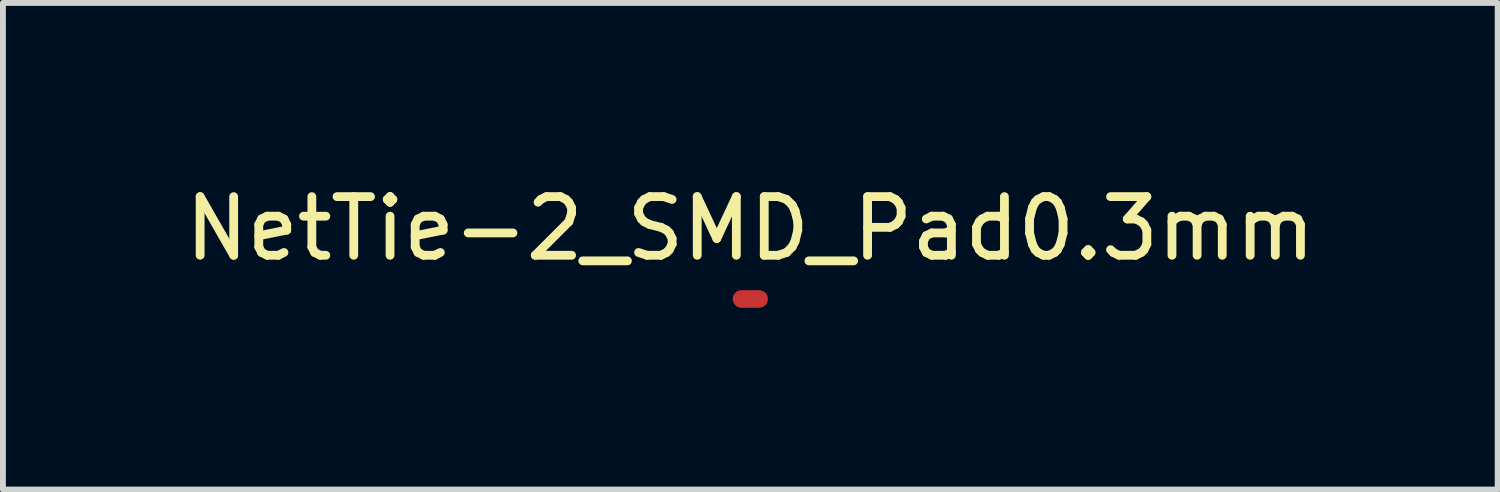
<source format=kicad_pcb>
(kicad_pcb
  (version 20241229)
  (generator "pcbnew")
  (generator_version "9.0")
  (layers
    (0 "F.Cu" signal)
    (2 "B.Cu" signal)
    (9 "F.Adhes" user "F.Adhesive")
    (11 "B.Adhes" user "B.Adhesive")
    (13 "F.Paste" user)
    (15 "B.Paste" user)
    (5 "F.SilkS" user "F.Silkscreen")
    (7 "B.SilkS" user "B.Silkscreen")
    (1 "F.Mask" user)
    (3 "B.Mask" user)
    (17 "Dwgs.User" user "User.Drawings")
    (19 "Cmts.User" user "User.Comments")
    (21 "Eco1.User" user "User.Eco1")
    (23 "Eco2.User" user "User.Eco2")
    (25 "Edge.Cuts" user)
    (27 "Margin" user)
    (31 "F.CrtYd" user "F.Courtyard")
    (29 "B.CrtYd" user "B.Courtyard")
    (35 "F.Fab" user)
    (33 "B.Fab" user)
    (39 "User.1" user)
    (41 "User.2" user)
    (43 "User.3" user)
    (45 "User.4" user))
  (footprint "NetTie-2_SMD_Pad0.3mm"
    (layer "F.Cu")
    (at 9.744 2.048)
    (property "Reference" "NetTie-2_SMD_Pad0.3mm" (at 0 -1.2 0) (layer "F.SilkS") (effects (font (size 1 1) (thickness 0.15))))
    (attr exclude_from_pos_files exclude_from_bom allow_missing_courtyard)
    (fp_poly (pts (xy -0.15 -0.15) (xy 0.15 -0.15) (xy 0.15 0.15) (xy -0.15 0.15)) (stroke (width 0) (type solid)) (fill yes) (layer "F.Cu"))
    (pad "1" smd circle (at -0.15 0) (size 0.3 0.3) (layers "F.Cu"))
    (pad "2" smd circle (at 0.15 0) (size 0.3 0.3) (layers "F.Cu")))
  (gr_rect
    (start -3 -3)
    (end 22.488 5.298)
    (stroke (width 0.1) (type default))
    (fill no)
    (layer "Edge.Cuts")))
</source>
